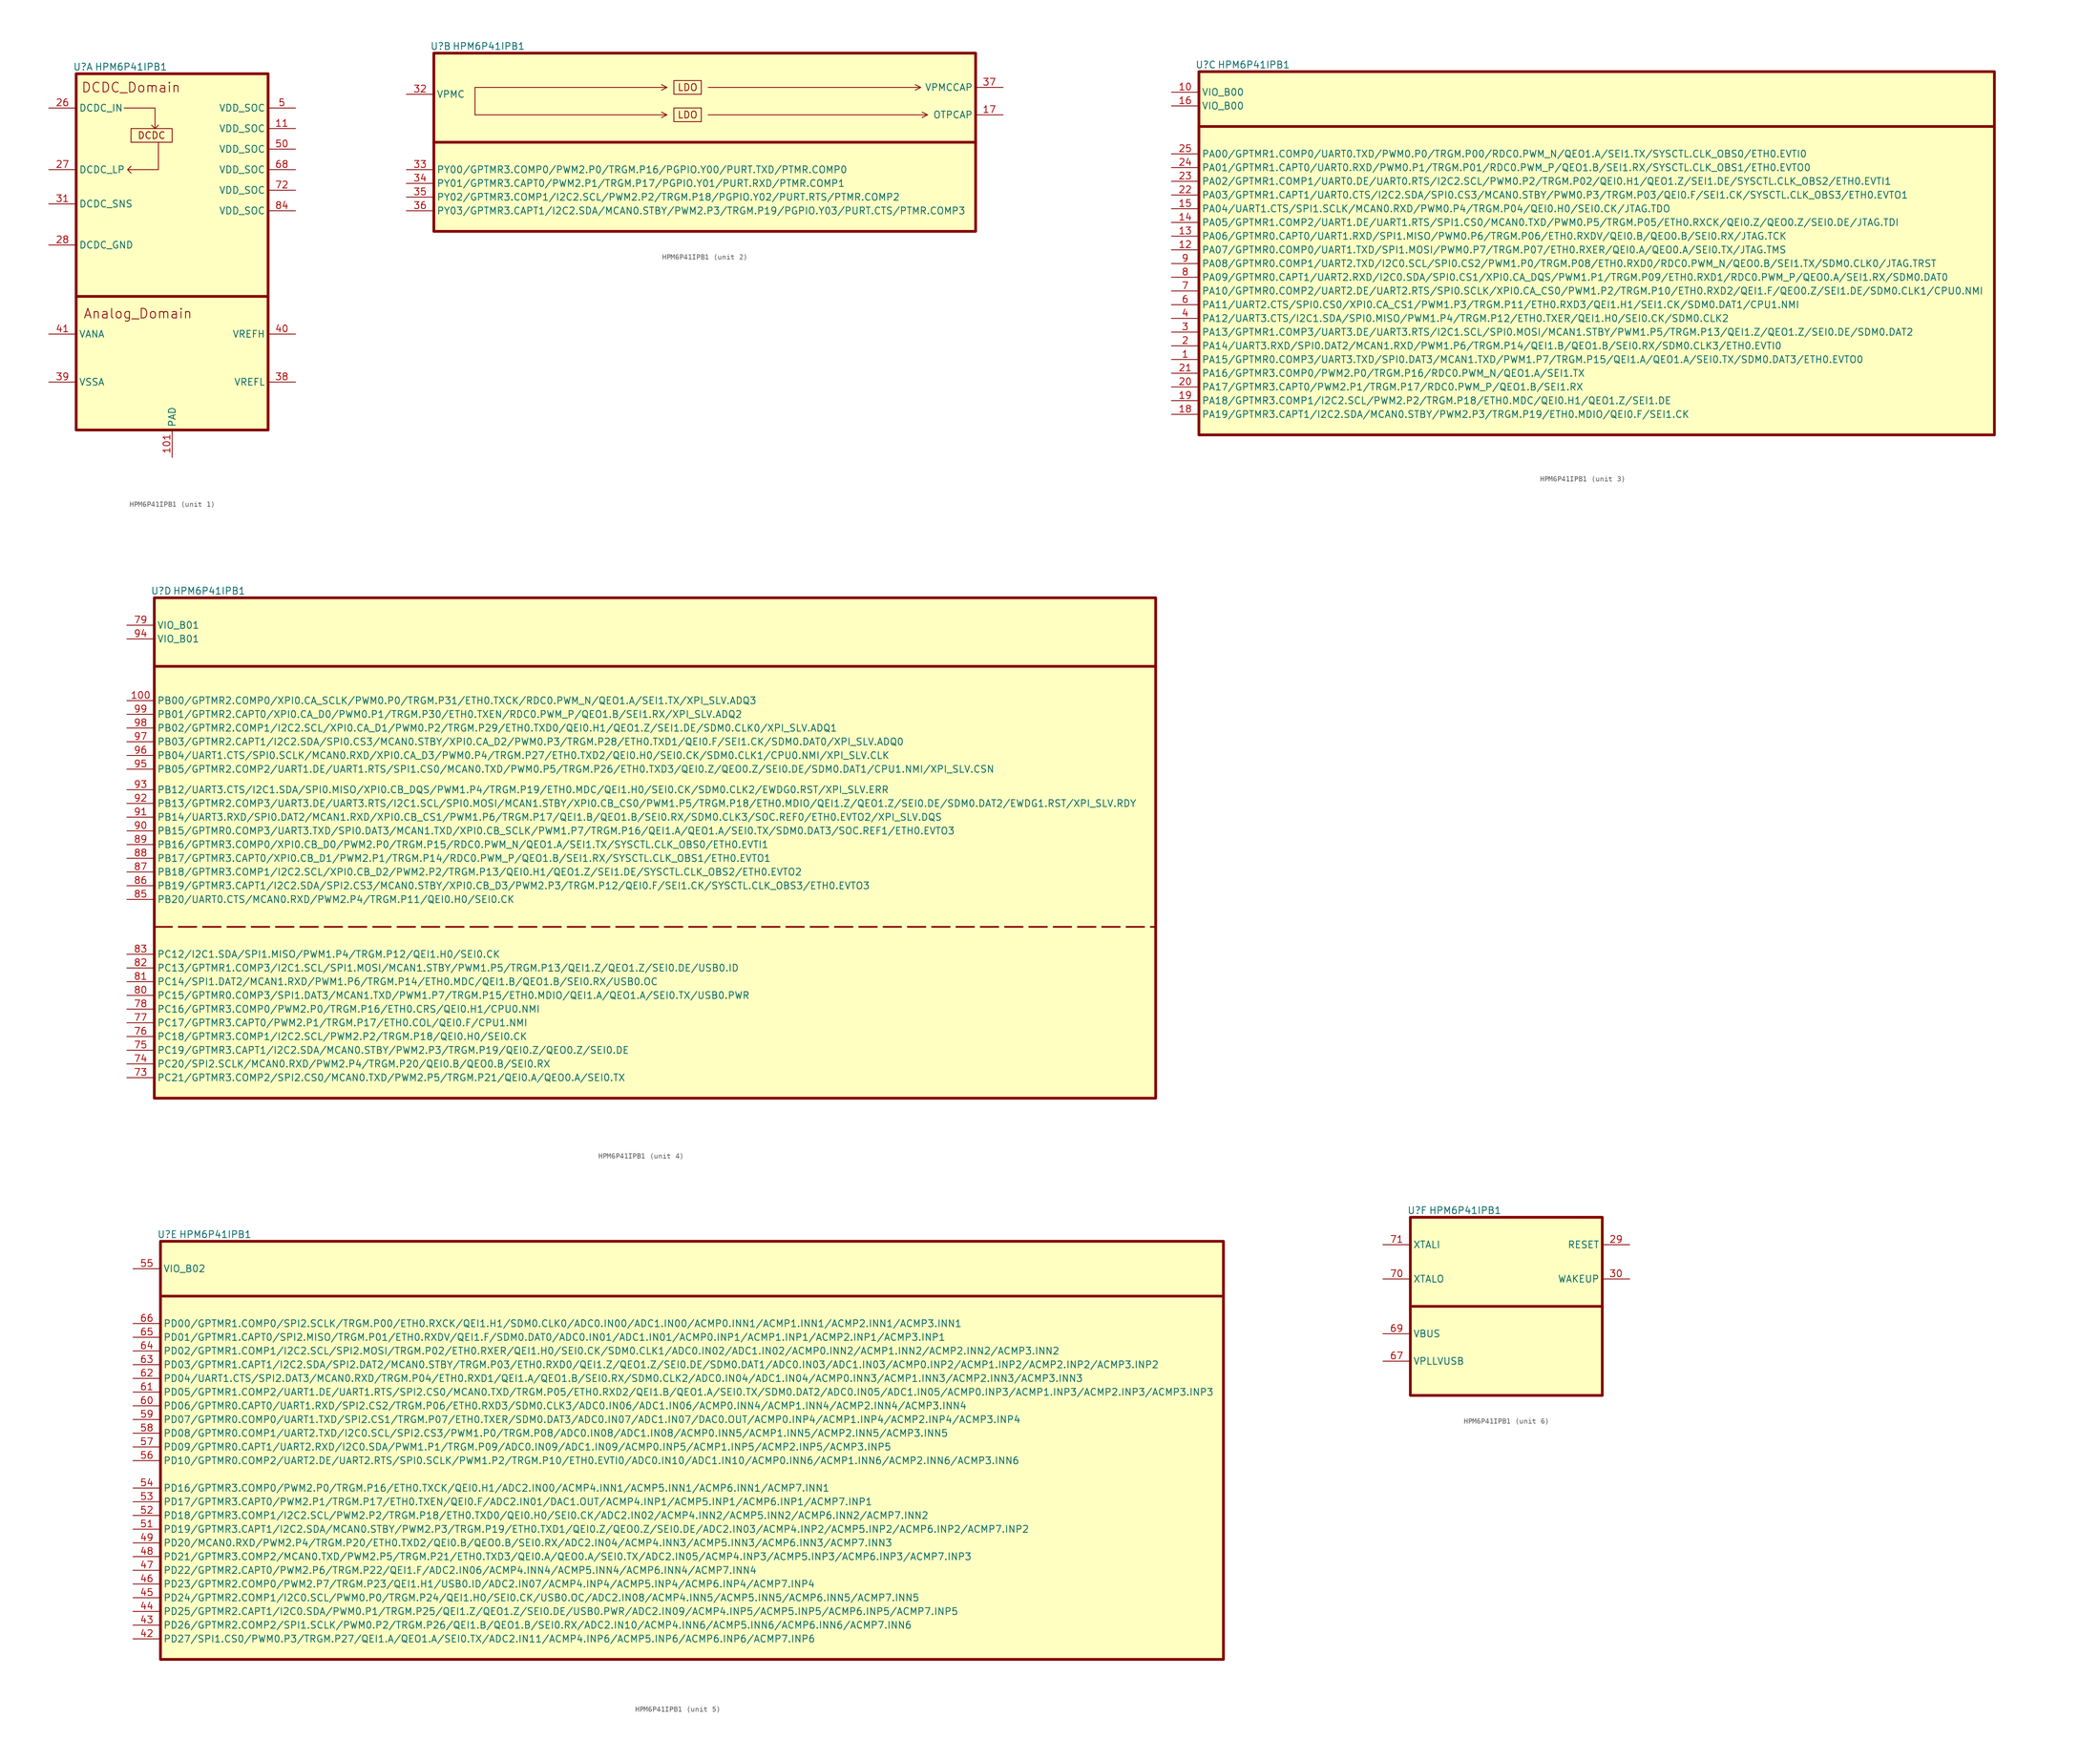
<source format=kicad_sym>
(kicad_symbol_lib
  (version 20220914)
  (generator kicad_symbol_editor)
  (symbol "HPM6P41IPB1"
    (property "Reference" "U"
      (at 1.27 1.27 0)
      (effects (font (size 1.27 1.27))))
    (property "Value" "HPM6P41IPB1"
      (at 10.16 1.27 0)
      (effects (font (size 1.27 1.27))))
    (property "ki_locked" ""
      (at 0 0 0)
      (effects (font (size 1.27 1.27))))
    (symbol "HPM6P41IPB1_1_1"
      (polyline (pts (xy 0 -41.275) (xy 35.56 -41.275)) (stroke (width 0.508) (type default)) (fill (type none)))
      (polyline (pts (xy 8.89 -6.35) (xy 14.605 -6.35) (xy 14.605 -10.16) (xy 13.97 -9.525) (xy 14.605 -10.16) (xy 15.24 -9.525)) (stroke (width 0) (type default)) (fill (type none)))
      (polyline (pts (xy 15.24 -12.7) (xy 15.24 -17.78) (xy 9.525 -17.78) (xy 10.16 -17.145) (xy 9.525 -17.78) (xy 10.16 -18.415)) (stroke (width 0) (type default)) (fill (type none)))
      (rectangle (start 0 0) (end 35.56 -66.04) (stroke (width 0.508) (type default)) (fill (type background)))
      (rectangle (start 10.16 -10.16) (end 17.78 -12.7) (stroke (width 0) (type default)) (fill (type none)))
      (text "Analog_Domain" (at 11.43 -44.45 0) (effects (font (size 1.778 1.778))))
      (text "DCDC" (at 13.97 -11.43 0) (effects (font (size 1.27 1.27))))
      (text "DCDC_Domain" (at 10.16 -2.54 0) (effects (font (size 1.778 1.778))))
      (pin power_out line (at 17.78 -71.12 90) (length 5.08) (name "PAD" (effects (font (size 1.27 1.27)))) (number "101" (effects (font (size 1.27 1.27)))))
      (pin power_out line (at 40.64 -10.16 180) (length 5.08) (name "VDD_SOC" (effects (font (size 1.27 1.27)))) (number "11" (effects (font (size 1.27 1.27)))))
      (pin power_in line (at -5.08 -6.35 0) (length 5.08) (name "DCDC_IN" (effects (font (size 1.27 1.27)))) (number "26" (effects (font (size 1.27 1.27)))))
      (pin power_in line (at -5.08 -17.78 0) (length 5.08) (name "DCDC_LP" (effects (font (size 1.27 1.27)))) (number "27" (effects (font (size 1.27 1.27)))))
      (pin power_in line (at -5.08 -31.75 0) (length 5.08) (name "DCDC_GND" (effects (font (size 1.27 1.27)))) (number "28" (effects (font (size 1.27 1.27)))))
      (pin power_in line (at -5.08 -24.13 0) (length 5.08) (name "DCDC_SNS" (effects (font (size 1.27 1.27)))) (number "31" (effects (font (size 1.27 1.27)))))
      (pin power_in line (at 40.64 -57.15 180) (length 5.08) (name "VREFL" (effects (font (size 1.27 1.27)))) (number "38" (effects (font (size 1.27 1.27)))))
      (pin power_in line (at -5.08 -57.15 0) (length 5.08) (name "VSSA" (effects (font (size 1.27 1.27)))) (number "39" (effects (font (size 1.27 1.27)))))
      (pin power_in line (at 40.64 -48.26 180) (length 5.08) (name "VREFH" (effects (font (size 1.27 1.27)))) (number "40" (effects (font (size 1.27 1.27)))))
      (pin power_in line (at -5.08 -48.26 0) (length 5.08) (name "VANA" (effects (font (size 1.27 1.27)))) (number "41" (effects (font (size 1.27 1.27)))))
      (pin power_out line (at 40.64 -6.35 180) (length 5.08) (name "VDD_SOC" (effects (font (size 1.27 1.27)))) (number "5" (effects (font (size 1.27 1.27)))))
      (pin power_out line (at 40.64 -13.97 180) (length 5.08) (name "VDD_SOC" (effects (font (size 1.27 1.27)))) (number "50" (effects (font (size 1.27 1.27)))))
      (pin power_out line (at 40.64 -17.78 180) (length 5.08) (name "VDD_SOC" (effects (font (size 1.27 1.27)))) (number "68" (effects (font (size 1.27 1.27)))))
      (pin power_out line (at 40.64 -21.59 180) (length 5.08) (name "VDD_SOC" (effects (font (size 1.27 1.27)))) (number "72" (effects (font (size 1.27 1.27)))))
      (pin power_out line (at 40.64 -25.4 180) (length 5.08) (name "VDD_SOC" (effects (font (size 1.27 1.27)))) (number "84" (effects (font (size 1.27 1.27))))))
    (symbol "HPM6P41IPB1_2_0"
      (polyline (pts (xy 7.62 -11.43) (xy 43.18 -11.43) (xy 42.164 -10.922) (xy 43.18 -11.43) (xy 42.164 -11.938)) (stroke (width 0) (type default)) (fill (type none)))
      (polyline (pts (xy 7.62 -6.35) (xy 43.18 -6.35) (xy 42.164 -5.842) (xy 43.18 -6.35) (xy 42.164 -6.858)) (stroke (width 0) (type default)) (fill (type none)))
      (polyline (pts (xy 50.8 -11.43) (xy 91.44 -11.43) (xy 90.424 -10.922) (xy 91.44 -11.43) (xy 90.424 -11.938)) (stroke (width 0) (type default)) (fill (type none)))
      (polyline (pts (xy 50.8 -6.35) (xy 90.17 -6.35) (xy 89.154 -5.842) (xy 90.17 -6.35) (xy 89.154 -6.858)) (stroke (width 0) (type default)) (fill (type none))))
    (symbol "HPM6P41IPB1_2_1"
      (polyline (pts (xy 0 -16.51) (xy 100.33 -16.51)) (stroke (width 0.508) (type default)) (fill (type none)))
      (polyline (pts (xy 7.62 -6.35) (xy 7.62 -11.43)) (stroke (width 0) (type default)) (fill (type none)))
      (rectangle (start 0 0) (end 100.33 -33.02) (stroke (width 0.508) (type default)) (fill (type background)))
      (rectangle (start 44.45 -10.16) (end 49.53 -12.7) (stroke (width 0) (type default)) (fill (type none)))
      (rectangle (start 44.45 -5.08) (end 49.53 -7.62) (stroke (width 0) (type default)) (fill (type none)))
      (text "LDO" (at 46.99 -11.43 0) (effects (font (size 1.27 1.27))))
      (text "LDO" (at 46.99 -6.35 0) (effects (font (size 1.27 1.27))))
      (pin power_out line (at 105.41 -11.43 180) (length 5.08) (name "OTPCAP" (effects (font (size 1.27 1.27)))) (number "17" (effects (font (size 1.27 1.27)))))
      (pin power_in line (at -5.08 -7.62 0) (length 5.08) (name "VPMC" (effects (font (size 1.27 1.27)))) (number "32" (effects (font (size 1.27 1.27)))))
      (pin bidirectional line (at -5.08 -21.59 0) (length 5.08) (name "PY00/GPTMR3.COMP0/PWM2.P0/TRGM.P16/PGPIO.Y00/PURT.TXD/PTMR.COMP0" (effects (font (size 1.27 1.27)))) (number "33" (effects (font (size 1.27 1.27)))))
      (pin bidirectional line (at -5.08 -24.13 0) (length 5.08) (name "PY01/GPTMR3.CAPT0/PWM2.P1/TRGM.P17/PGPIO.Y01/PURT.RXD/PTMR.COMP1" (effects (font (size 1.27 1.27)))) (number "34" (effects (font (size 1.27 1.27)))))
      (pin bidirectional line (at -5.08 -26.67 0) (length 5.08) (name "PY02/GPTMR3.COMP1/I2C2.SCL/PWM2.P2/TRGM.P18/PGPIO.Y02/PURT.RTS/PTMR.COMP2" (effects (font (size 1.27 1.27)))) (number "35" (effects (font (size 1.27 1.27)))))
      (pin bidirectional line (at -5.08 -29.21 0) (length 5.08) (name "PY03/GPTMR3.CAPT1/I2C2.SDA/MCAN0.STBY/PWM2.P3/TRGM.P19/PGPIO.Y03/PURT.CTS/PTMR.COMP3" (effects (font (size 1.27 1.27)))) (number "36" (effects (font (size 1.27 1.27)))))
      (pin power_out line (at 105.41 -6.35 180) (length 5.08) (name "VPMCCAP" (effects (font (size 1.27 1.27)))) (number "37" (effects (font (size 1.27 1.27))))))
    (symbol "HPM6P41IPB1_3_1"
      (polyline (pts (xy 0 -10.16) (xy 147.32 -10.16)) (stroke (width 0.5) (type default)) (fill (type none)))
      (rectangle (start 0 0) (end 147.32 -67.31) (stroke (width 0.508) (type default)) (fill (type background)))
      (pin bidirectional line (at -5.08 -53.34 0) (length 5.08) (name "PA15/GPTMR0.COMP3/UART3.TXD/SPI0.DAT3/MCAN1.TXD/PWM1.P7/TRGM.P15/QEI1.A/QEO1.A/SEI0.TX/SDM0.DAT3/ETH0.EVTO0" (effects (font (size 1.27 1.27)))) (number "1" (effects (font (size 1.27 1.27)))))
      (pin power_in line (at -5.08 -3.81 0) (length 5.08) (name "VIO_B00" (effects (font (size 1.27 1.27)))) (number "10" (effects (font (size 1.27 1.27)))))
      (pin bidirectional line (at -5.08 -33.02 0) (length 5.08) (name "PA07/GPTMR0.COMP0/UART1.TXD/SPI1.MOSI/PWM0.P7/TRGM.P07/ETH0.RXER/QEI0.A/QEO0.A/SEI0.TX/JTAG.TMS" (effects (font (size 1.27 1.27)))) (number "12" (effects (font (size 1.27 1.27)))))
      (pin bidirectional line (at -5.08 -30.48 0) (length 5.08) (name "PA06/GPTMR0.CAPT0/UART1.RXD/SPI1.MISO/PWM0.P6/TRGM.P06/ETH0.RXDV/QEI0.B/QEO0.B/SEI0.RX/JTAG.TCK" (effects (font (size 1.27 1.27)))) (number "13" (effects (font (size 1.27 1.27)))))
      (pin bidirectional line (at -5.08 -27.94 0) (length 5.08) (name "PA05/GPTMR1.COMP2/UART1.DE/UART1.RTS/SPI1.CS0/MCAN0.TXD/PWM0.P5/TRGM.P05/ETH0.RXCK/QEI0.Z/QEO0.Z/SEI0.DE/JTAG.TDI" (effects (font (size 1.27 1.27)))) (number "14" (effects (font (size 1.27 1.27)))))
      (pin bidirectional line (at -5.08 -25.4 0) (length 5.08) (name "PA04/UART1.CTS/SPI1.SCLK/MCAN0.RXD/PWM0.P4/TRGM.P04/QEI0.H0/SEI0.CK/JTAG.TDO" (effects (font (size 1.27 1.27)))) (number "15" (effects (font (size 1.27 1.27)))))
      (pin power_in line (at -5.08 -6.35 0) (length 5.08) (name "VIO_B00" (effects (font (size 1.27 1.27)))) (number "16" (effects (font (size 1.27 1.27)))))
      (pin bidirectional line (at -5.08 -63.5 0) (length 5.08) (name "PA19/GPTMR3.CAPT1/I2C2.SDA/MCAN0.STBY/PWM2.P3/TRGM.P19/ETH0.MDIO/QEI0.F/SEI1.CK" (effects (font (size 1.27 1.27)))) (number "18" (effects (font (size 1.27 1.27)))))
      (pin bidirectional line (at -5.08 -60.96 0) (length 5.08) (name "PA18/GPTMR3.COMP1/I2C2.SCL/PWM2.P2/TRGM.P18/ETH0.MDC/QEI0.H1/QEO1.Z/SEI1.DE" (effects (font (size 1.27 1.27)))) (number "19" (effects (font (size 1.27 1.27)))))
      (pin bidirectional line (at -5.08 -50.8 0) (length 5.08) (name "PA14/UART3.RXD/SPI0.DAT2/MCAN1.RXD/PWM1.P6/TRGM.P14/QEI1.B/QEO1.B/SEI0.RX/SDM0.CLK3/ETH0.EVTI0" (effects (font (size 1.27 1.27)))) (number "2" (effects (font (size 1.27 1.27)))))
      (pin bidirectional line (at -5.08 -58.42 0) (length 5.08) (name "PA17/GPTMR3.CAPT0/PWM2.P1/TRGM.P17/RDC0.PWM_P/QEO1.B/SEI1.RX" (effects (font (size 1.27 1.27)))) (number "20" (effects (font (size 1.27 1.27)))))
      (pin bidirectional line (at -5.08 -55.88 0) (length 5.08) (name "PA16/GPTMR3.COMP0/PWM2.P0/TRGM.P16/RDC0.PWM_N/QEO1.A/SEI1.TX" (effects (font (size 1.27 1.27)))) (number "21" (effects (font (size 1.27 1.27)))))
      (pin bidirectional line (at -5.08 -22.86 0) (length 5.08) (name "PA03/GPTMR1.CAPT1/UART0.CTS/I2C2.SDA/SPI0.CS3/MCAN0.STBY/PWM0.P3/TRGM.P03/QEI0.F/SEI1.CK/SYSCTL.CLK_OBS3/ETH0.EVTO1" (effects (font (size 1.27 1.27)))) (number "22" (effects (font (size 1.27 1.27)))))
      (pin bidirectional line (at -5.08 -20.32 0) (length 5.08) (name "PA02/GPTMR1.COMP1/UART0.DE/UART0.RTS/I2C2.SCL/PWM0.P2/TRGM.P02/QEI0.H1/QEO1.Z/SEI1.DE/SYSCTL.CLK_OBS2/ETH0.EVTI1" (effects (font (size 1.27 1.27)))) (number "23" (effects (font (size 1.27 1.27)))))
      (pin input line (at -5.08 -17.78 0) (length 5.08) (name "PA01/GPTMR1.CAPT0/UART0.RXD/PWM0.P1/TRGM.P01/RDC0.PWM_P/QEO1.B/SEI1.RX/SYSCTL.CLK_OBS1/ETH0.EVTO0" (effects (font (size 1.27 1.27)))) (number "24" (effects (font (size 1.27 1.27)))))
      (pin bidirectional line (at -5.08 -15.24 0) (length 5.08) (name "PA00/GPTMR1.COMP0/UART0.TXD/PWM0.P0/TRGM.P00/RDC0.PWM_N/QEO1.A/SEI1.TX/SYSCTL.CLK_OBS0/ETH0.EVTI0" (effects (font (size 1.27 1.27)))) (number "25" (effects (font (size 1.27 1.27)))))
      (pin bidirectional line (at -5.08 -48.26 0) (length 5.08) (name "PA13/GPTMR1.COMP3/UART3.DE/UART3.RTS/I2C1.SCL/SPI0.MOSI/MCAN1.STBY/PWM1.P5/TRGM.P13/QEI1.Z/QEO1.Z/SEI0.DE/SDM0.DAT2" (effects (font (size 1.27 1.27)))) (number "3" (effects (font (size 1.27 1.27)))))
      (pin bidirectional line (at -5.08 -45.72 0) (length 5.08) (name "PA12/UART3.CTS/I2C1.SDA/SPI0.MISO/PWM1.P4/TRGM.P12/ETH0.TXER/QEI1.H0/SEI0.CK/SDM0.CLK2" (effects (font (size 1.27 1.27)))) (number "4" (effects (font (size 1.27 1.27)))))
      (pin bidirectional line (at -5.08 -43.18 0) (length 5.08) (name "PA11/UART2.CTS/SPI0.CS0/XPI0.CA_CS1/PWM1.P3/TRGM.P11/ETH0.RXD3/QEI1.H1/SEI1.CK/SDM0.DAT1/CPU1.NMI" (effects (font (size 1.27 1.27)))) (number "6" (effects (font (size 1.27 1.27)))))
      (pin bidirectional line (at -5.08 -40.64 0) (length 5.08) (name "PA10/GPTMR0.COMP2/UART2.DE/UART2.RTS/SPI0.SCLK/XPI0.CA_CS0/PWM1.P2/TRGM.P10/ETH0.RXD2/QEI1.F/QEO0.Z/SEI1.DE/SDM0.CLK1/CPU0.NMI" (effects (font (size 1.27 1.27)))) (number "7" (effects (font (size 1.27 1.27)))))
      (pin bidirectional line (at -5.08 -38.1 0) (length 5.08) (name "PA09/GPTMR0.CAPT1/UART2.RXD/I2C0.SDA/SPI0.CS1/XPI0.CA_DQS/PWM1.P1/TRGM.P09/ETH0.RXD1/RDC0.PWM_P/QEO0.A/SEI1.RX/SDM0.DAT0" (effects (font (size 1.27 1.27)))) (number "8" (effects (font (size 1.27 1.27)))))
      (pin bidirectional line (at -5.08 -35.56 0) (length 5.08) (name "PA08/GPTMR0.COMP1/UART2.TXD/I2C0.SCL/SPI0.CS2/PWM1.P0/TRGM.P08/ETH0.RXD0/RDC0.PWM_N/QEO0.B/SEI1.TX/SDM0.CLK0/JTAG.TRST" (effects (font (size 1.27 1.27)))) (number "9" (effects (font (size 1.27 1.27))))))
    (symbol "HPM6P41IPB1_4_1"
      (polyline (pts (xy 0 -60.96) (xy 185.42 -60.96)) (stroke (width 0.3) (type dash)) (fill (type none)))
      (polyline (pts (xy 0 -12.7) (xy 185.42 -12.7)) (stroke (width 0.5) (type default)) (fill (type none)))
      (rectangle (start 0 0) (end 185.42 -92.71) (stroke (width 0.508) (type default)) (fill (type background)))
      (pin bidirectional line (at -5.08 -19.05 0) (length 5.08) (name "PB00/GPTMR2.COMP0/XPI0.CA_SCLK/PWM0.P0/TRGM.P31/ETH0.TXCK/RDC0.PWM_N/QEO1.A/SEI1.TX/XPI_SLV.ADQ3" (effects (font (size 1.27 1.27)))) (number "100" (effects (font (size 1.27 1.27)))))
      (pin bidirectional line (at -5.08 -88.9 0) (length 5.08) (name "PC21/GPTMR3.COMP2/SPI2.CS0/MCAN0.TXD/PWM2.P5/TRGM.P21/QEI0.A/QEO0.A/SEI0.TX" (effects (font (size 1.27 1.27)))) (number "73" (effects (font (size 1.27 1.27)))))
      (pin bidirectional line (at -5.08 -86.36 0) (length 5.08) (name "PC20/SPI2.SCLK/MCAN0.RXD/PWM2.P4/TRGM.P20/QEI0.B/QEO0.B/SEI0.RX" (effects (font (size 1.27 1.27)))) (number "74" (effects (font (size 1.27 1.27)))))
      (pin bidirectional line (at -5.08 -83.82 0) (length 5.08) (name "PC19/GPTMR3.CAPT1/I2C2.SDA/MCAN0.STBY/PWM2.P3/TRGM.P19/QEI0.Z/QEO0.Z/SEI0.DE" (effects (font (size 1.27 1.27)))) (number "75" (effects (font (size 1.27 1.27)))))
      (pin bidirectional line (at -5.08 -81.28 0) (length 5.08) (name "PC18/GPTMR3.COMP1/I2C2.SCL/PWM2.P2/TRGM.P18/QEI0.H0/SEI0.CK" (effects (font (size 1.27 1.27)))) (number "76" (effects (font (size 1.27 1.27)))))
      (pin bidirectional line (at -5.08 -78.74 0) (length 5.08) (name "PC17/GPTMR3.CAPT0/PWM2.P1/TRGM.P17/ETH0.COL/QEI0.F/CPU1.NMI" (effects (font (size 1.27 1.27)))) (number "77" (effects (font (size 1.27 1.27)))))
      (pin bidirectional line (at -5.08 -76.2 0) (length 5.08) (name "PC16/GPTMR3.COMP0/PWM2.P0/TRGM.P16/ETH0.CRS/QEI0.H1/CPU0.NMI" (effects (font (size 1.27 1.27)))) (number "78" (effects (font (size 1.27 1.27)))))
      (pin power_in line (at -5.08 -5.08 0) (length 5.08) (name "VIO_B01" (effects (font (size 1.27 1.27)))) (number "79" (effects (font (size 1.27 1.27)))))
      (pin bidirectional line (at -5.08 -73.66 0) (length 5.08) (name "PC15/GPTMR0.COMP3/SPI1.DAT3/MCAN1.TXD/PWM1.P7/TRGM.P15/ETH0.MDIO/QEI1.A/QEO1.A/SEI0.TX/USB0.PWR" (effects (font (size 1.27 1.27)))) (number "80" (effects (font (size 1.27 1.27)))))
      (pin bidirectional line (at -5.08 -71.12 0) (length 5.08) (name "PC14/SPI1.DAT2/MCAN1.RXD/PWM1.P6/TRGM.P14/ETH0.MDC/QEI1.B/QEO1.B/SEI0.RX/USB0.OC" (effects (font (size 1.27 1.27)))) (number "81" (effects (font (size 1.27 1.27)))))
      (pin bidirectional line (at -5.08 -68.58 0) (length 5.08) (name "PC13/GPTMR1.COMP3/I2C1.SCL/SPI1.MOSI/MCAN1.STBY/PWM1.P5/TRGM.P13/QEI1.Z/QEO1.Z/SEI0.DE/USB0.ID" (effects (font (size 1.27 1.27)))) (number "82" (effects (font (size 1.27 1.27)))))
      (pin bidirectional line (at -5.08 -66.04 0) (length 5.08) (name "PC12/I2C1.SDA/SPI1.MISO/PWM1.P4/TRGM.P12/QEI1.H0/SEI0.CK" (effects (font (size 1.27 1.27)))) (number "83" (effects (font (size 1.27 1.27)))))
      (pin bidirectional line (at -5.08 -55.88 0) (length 5.08) (name "PB20/UART0.CTS/MCAN0.RXD/PWM2.P4/TRGM.P11/QEI0.H0/SEI0.CK" (effects (font (size 1.27 1.27)))) (number "85" (effects (font (size 1.27 1.27)))))
      (pin bidirectional line (at -5.08 -53.34 0) (length 5.08) (name "PB19/GPTMR3.CAPT1/I2C2.SDA/SPI2.CS3/MCAN0.STBY/XPI0.CB_D3/PWM2.P3/TRGM.P12/QEI0.F/SEI1.CK/SYSCTL.CLK_OBS3/ETH0.EVTO3" (effects (font (size 1.27 1.27)))) (number "86" (effects (font (size 1.27 1.27)))))
      (pin bidirectional line (at -5.08 -50.8 0) (length 5.08) (name "PB18/GPTMR3.COMP1/I2C2.SCL/XPI0.CB_D2/PWM2.P2/TRGM.P13/QEI0.H1/QEO1.Z/SEI1.DE/SYSCTL.CLK_OBS2/ETH0.EVTO2" (effects (font (size 1.27 1.27)))) (number "87" (effects (font (size 1.27 1.27)))))
      (pin bidirectional line (at -5.08 -48.26 0) (length 5.08) (name "PB17/GPTMR3.CAPT0/XPI0.CB_D1/PWM2.P1/TRGM.P14/RDC0.PWM_P/QEO1.B/SEI1.RX/SYSCTL.CLK_OBS1/ETH0.EVTO1" (effects (font (size 1.27 1.27)))) (number "88" (effects (font (size 1.27 1.27)))))
      (pin bidirectional line (at -5.08 -45.72 0) (length 5.08) (name "PB16/GPTMR3.COMP0/XPI0.CB_D0/PWM2.P0/TRGM.P15/RDC0.PWM_N/QEO1.A/SEI1.TX/SYSCTL.CLK_OBS0/ETH0.EVTI1" (effects (font (size 1.27 1.27)))) (number "89" (effects (font (size 1.27 1.27)))))
      (pin bidirectional line (at -5.08 -43.18 0) (length 5.08) (name "PB15/GPTMR0.COMP3/UART3.TXD/SPI0.DAT3/MCAN1.TXD/XPI0.CB_SCLK/PWM1.P7/TRGM.P16/QEI1.A/QEO1.A/SEI0.TX/SDM0.DAT3/SOC.REF1/ETH0.EVTO3" (effects (font (size 1.27 1.27)))) (number "90" (effects (font (size 1.27 1.27)))))
      (pin bidirectional line (at -5.08 -40.64 0) (length 5.08) (name "PB14/UART3.RXD/SPI0.DAT2/MCAN1.RXD/XPI0.CB_CS1/PWM1.P6/TRGM.P17/QEI1.B/QEO1.B/SEI0.RX/SDM0.CLK3/SOC.REF0/ETH0.EVTO2/XPI_SLV.DQS" (effects (font (size 1.27 1.27)))) (number "91" (effects (font (size 1.27 1.27)))))
      (pin bidirectional line (at -5.08 -38.1 0) (length 5.08) (name "PB13/GPTMR2.COMP3/UART3.DE/UART3.RTS/I2C1.SCL/SPI0.MOSI/MCAN1.STBY/XPI0.CB_CS0/PWM1.P5/TRGM.P18/ETH0.MDIO/QEI1.Z/QEO1.Z/SEI0.DE/SDM0.DAT2/EWDG1.RST/XPI_SLV.RDY" (effects (font (size 1.27 1.27)))) (number "92" (effects (font (size 1.27 1.27)))))
      (pin bidirectional line (at -5.08 -35.56 0) (length 5.08) (name "PB12/UART3.CTS/I2C1.SDA/SPI0.MISO/XPI0.CB_DQS/PWM1.P4/TRGM.P19/ETH0.MDC/QEI1.H0/SEI0.CK/SDM0.CLK2/EWDG0.RST/XPI_SLV.ERR" (effects (font (size 1.27 1.27)))) (number "93" (effects (font (size 1.27 1.27)))))
      (pin power_in line (at -5.08 -7.62 0) (length 5.08) (name "VIO_B01" (effects (font (size 1.27 1.27)))) (number "94" (effects (font (size 1.27 1.27)))))
      (pin bidirectional line (at -5.08 -31.75 0) (length 5.08) (name "PB05/GPTMR2.COMP2/UART1.DE/UART1.RTS/SPI1.CS0/MCAN0.TXD/PWM0.P5/TRGM.P26/ETH0.TXD3/QEI0.Z/QEO0.Z/SEI0.DE/SDM0.DAT1/CPU1.NMI/XPI_SLV.CSN" (effects (font (size 1.27 1.27)))) (number "95" (effects (font (size 1.27 1.27)))))
      (pin bidirectional line (at -5.08 -29.21 0) (length 5.08) (name "PB04/UART1.CTS/SPI0.SCLK/MCAN0.RXD/XPI0.CA_D3/PWM0.P4/TRGM.P27/ETH0.TXD2/QEI0.H0/SEI0.CK/SDM0.CLK1/CPU0.NMI/XPI_SLV.CLK" (effects (font (size 1.27 1.27)))) (number "96" (effects (font (size 1.27 1.27)))))
      (pin bidirectional line (at -5.08 -26.67 0) (length 5.08) (name "PB03/GPTMR2.CAPT1/I2C2.SDA/SPI0.CS3/MCAN0.STBY/XPI0.CA_D2/PWM0.P3/TRGM.P28/ETH0.TXD1/QEI0.F/SEI1.CK/SDM0.DAT0/XPI_SLV.ADQ0" (effects (font (size 1.27 1.27)))) (number "97" (effects (font (size 1.27 1.27)))))
      (pin bidirectional line (at -5.08 -24.13 0) (length 5.08) (name "PB02/GPTMR2.COMP1/I2C2.SCL/XPI0.CA_D1/PWM0.P2/TRGM.P29/ETH0.TXD0/QEI0.H1/QEO1.Z/SEI1.DE/SDM0.CLK0/XPI_SLV.ADQ1" (effects (font (size 1.27 1.27)))) (number "98" (effects (font (size 1.27 1.27)))))
      (pin bidirectional line (at -5.08 -21.59 0) (length 5.08) (name "PB01/GPTMR2.CAPT0/XPI0.CA_D0/PWM0.P1/TRGM.P30/ETH0.TXEN/RDC0.PWM_P/QEO1.B/SEI1.RX/XPI_SLV.ADQ2" (effects (font (size 1.27 1.27)))) (number "99" (effects (font (size 1.27 1.27))))))
    (symbol "HPM6P41IPB1_5_1"
      (polyline (pts (xy 0 -10.16) (xy 196.85 -10.16)) (stroke (width 0.5) (type default)) (fill (type none)))
      (rectangle (start 0 0) (end 196.85 -77.47) (stroke (width 0.508) (type default)) (fill (type background)))
      (pin bidirectional line (at -5.08 -73.66 0) (length 5.08) (name "PD27/SPI1.CS0/PWM0.P3/TRGM.P27/QEI1.A/QEO1.A/SEI0.TX/ADC2.IN11/ACMP4.INP6/ACMP5.INP6/ACMP6.INP6/ACMP7.INP6" (effects (font (size 1.27 1.27)))) (number "42" (effects (font (size 1.27 1.27)))))
      (pin bidirectional line (at -5.08 -71.12 0) (length 5.08) (name "PD26/GPTMR2.COMP2/SPI1.SCLK/PWM0.P2/TRGM.P26/QEI1.B/QEO1.B/SEI0.RX/ADC2.IN10/ACMP4.INN6/ACMP5.INN6/ACMP6.INN6/ACMP7.INN6" (effects (font (size 1.27 1.27)))) (number "43" (effects (font (size 1.27 1.27)))))
      (pin bidirectional line (at -5.08 -68.58 0) (length 5.08) (name "PD25/GPTMR2.CAPT1/I2C0.SDA/PWM0.P1/TRGM.P25/QEI1.Z/QEO1.Z/SEI0.DE/USB0.PWR/ADC2.IN09/ACMP4.INP5/ACMP5.INP5/ACMP6.INP5/ACMP7.INP5" (effects (font (size 1.27 1.27)))) (number "44" (effects (font (size 1.27 1.27)))))
      (pin bidirectional line (at -5.08 -66.04 0) (length 5.08) (name "PD24/GPTMR2.COMP1/I2C0.SCL/PWM0.P0/TRGM.P24/QEI1.H0/SEI0.CK/USB0.OC/ADC2.IN08/ACMP4.INN5/ACMP5.INN5/ACMP6.INN5/ACMP7.INN5" (effects (font (size 1.27 1.27)))) (number "45" (effects (font (size 1.27 1.27)))))
      (pin bidirectional line (at -5.08 -63.5 0) (length 5.08) (name "PD23/GPTMR2.COMP0/PWM2.P7/TRGM.P23/QEI1.H1/USB0.ID/ADC2.IN07/ACMP4.INP4/ACMP5.INP4/ACMP6.INP4/ACMP7.INP4" (effects (font (size 1.27 1.27)))) (number "46" (effects (font (size 1.27 1.27)))))
      (pin bidirectional line (at -5.08 -60.96 0) (length 5.08) (name "PD22/GPTMR2.CAPT0/PWM2.P6/TRGM.P22/QEI1.F/ADC2.IN06/ACMP4.INN4/ACMP5.INN4/ACMP6.INN4/ACMP7.INN4" (effects (font (size 1.27 1.27)))) (number "47" (effects (font (size 1.27 1.27)))))
      (pin bidirectional line (at -5.08 -58.42 0) (length 5.08) (name "PD21/GPTMR3.COMP2/MCAN0.TXD/PWM2.P5/TRGM.P21/ETH0.TXD3/QEI0.A/QEO0.A/SEI0.TX/ADC2.IN05/ACMP4.INP3/ACMP5.INP3/ACMP6.INP3/ACMP7.INP3" (effects (font (size 1.27 1.27)))) (number "48" (effects (font (size 1.27 1.27)))))
      (pin bidirectional line (at -5.08 -55.88 0) (length 5.08) (name "PD20/MCAN0.RXD/PWM2.P4/TRGM.P20/ETH0.TXD2/QEI0.B/QEO0.B/SEI0.RX/ADC2.IN04/ACMP4.INN3/ACMP5.INN3/ACMP6.INN3/ACMP7.INN3" (effects (font (size 1.27 1.27)))) (number "49" (effects (font (size 1.27 1.27)))))
      (pin bidirectional line (at -5.08 -53.34 0) (length 5.08) (name "PD19/GPTMR3.CAPT1/I2C2.SDA/MCAN0.STBY/PWM2.P3/TRGM.P19/ETH0.TXD1/QEI0.Z/QEO0.Z/SEI0.DE/ADC2.IN03/ACMP4.INP2/ACMP5.INP2/ACMP6.INP2/ACMP7.INP2" (effects (font (size 1.27 1.27)))) (number "51" (effects (font (size 1.27 1.27)))))
      (pin bidirectional line (at -5.08 -50.8 0) (length 5.08) (name "PD18/GPTMR3.COMP1/I2C2.SCL/PWM2.P2/TRGM.P18/ETH0.TXD0/QEI0.H0/SEI0.CK/ADC2.IN02/ACMP4.INN2/ACMP5.INN2/ACMP6.INN2/ACMP7.INN2" (effects (font (size 1.27 1.27)))) (number "52" (effects (font (size 1.27 1.27)))))
      (pin bidirectional line (at -5.08 -48.26 0) (length 5.08) (name "PD17/GPTMR3.CAPT0/PWM2.P1/TRGM.P17/ETH0.TXEN/QEI0.F/ADC2.IN01/DAC1.OUT/ACMP4.INP1/ACMP5.INP1/ACMP6.INP1/ACMP7.INP1" (effects (font (size 1.27 1.27)))) (number "53" (effects (font (size 1.27 1.27)))))
      (pin bidirectional line (at -5.08 -45.72 0) (length 5.08) (name "PD16/GPTMR3.COMP0/PWM2.P0/TRGM.P16/ETH0.TXCK/QEI0.H1/ADC2.IN00/ACMP4.INN1/ACMP5.INN1/ACMP6.INN1/ACMP7.INN1" (effects (font (size 1.27 1.27)))) (number "54" (effects (font (size 1.27 1.27)))))
      (pin power_in line (at -5.08 -5.08 0) (length 5.08) (name "VIO_B02" (effects (font (size 1.27 1.27)))) (number "55" (effects (font (size 1.27 1.27)))))
      (pin bidirectional line (at -5.08 -40.64 0) (length 5.08) (name "PD10/GPTMR0.COMP2/UART2.DE/UART2.RTS/SPI0.SCLK/PWM1.P2/TRGM.P10/ETH0.EVTI0/ADC0.IN10/ADC1.IN10/ACMP0.INN6/ACMP1.INN6/ACMP2.INN6/ACMP3.INN6" (effects (font (size 1.27 1.27)))) (number "56" (effects (font (size 1.27 1.27)))))
      (pin bidirectional line (at -5.08 -38.1 0) (length 5.08) (name "PD09/GPTMR0.CAPT1/UART2.RXD/I2C0.SDA/PWM1.P1/TRGM.P09/ADC0.IN09/ADC1.IN09/ACMP0.INP5/ACMP1.INP5/ACMP2.INP5/ACMP3.INP5" (effects (font (size 1.27 1.27)))) (number "57" (effects (font (size 1.27 1.27)))))
      (pin bidirectional line (at -5.08 -35.56 0) (length 5.08) (name "PD08/GPTMR0.COMP1/UART2.TXD/I2C0.SCL/SPI2.CS3/PWM1.P0/TRGM.P08/ADC0.IN08/ADC1.IN08/ACMP0.INN5/ACMP1.INN5/ACMP2.INN5/ACMP3.INN5" (effects (font (size 1.27 1.27)))) (number "58" (effects (font (size 1.27 1.27)))))
      (pin bidirectional line (at -5.08 -33.02 0) (length 5.08) (name "PD07/GPTMR0.COMP0/UART1.TXD/SPI2.CS1/TRGM.P07/ETH0.TXER/SDM0.DAT3/ADC0.IN07/ADC1.IN07/DAC0.OUT/ACMP0.INP4/ACMP1.INP4/ACMP2.INP4/ACMP3.INP4" (effects (font (size 1.27 1.27)))) (number "59" (effects (font (size 1.27 1.27)))))
      (pin bidirectional line (at -5.08 -30.48 0) (length 5.08) (name "PD06/GPTMR0.CAPT0/UART1.RXD/SPI2.CS2/TRGM.P06/ETH0.RXD3/SDM0.CLK3/ADC0.IN06/ADC1.IN06/ACMP0.INN4/ACMP1.INN4/ACMP2.INN4/ACMP3.INN4" (effects (font (size 1.27 1.27)))) (number "60" (effects (font (size 1.27 1.27)))))
      (pin bidirectional line (at -5.08 -27.94 0) (length 5.08) (name "PD05/GPTMR1.COMP2/UART1.DE/UART1.RTS/SPI2.CS0/MCAN0.TXD/TRGM.P05/ETH0.RXD2/QEI1.B/QEO1.A/SEI0.TX/SDM0.DAT2/ADC0.IN05/ADC1.IN05/ACMP0.INP3/ACMP1.INP3/ACMP2.INP3/ACMP3.INP3" (effects (font (size 1.27 1.27)))) (number "61" (effects (font (size 1.27 1.27)))))
      (pin bidirectional line (at -5.08 -25.4 0) (length 5.08) (name "PD04/UART1.CTS/SPI2.DAT3/MCAN0.RXD/TRGM.P04/ETH0.RXD1/QEI1.A/QEO1.B/SEI0.RX/SDM0.CLK2/ADC0.IN04/ADC1.IN04/ACMP0.INN3/ACMP1.INN3/ACMP2.INN3/ACMP3.INN3" (effects (font (size 1.27 1.27)))) (number "62" (effects (font (size 1.27 1.27)))))
      (pin bidirectional line (at -5.08 -22.86 0) (length 5.08) (name "PD03/GPTMR1.CAPT1/I2C2.SDA/SPI2.DAT2/MCAN0.STBY/TRGM.P03/ETH0.RXD0/QEI1.Z/QEO1.Z/SEI0.DE/SDM0.DAT1/ADC0.IN03/ADC1.IN03/ACMP0.INP2/ACMP1.INP2/ACMP2.INP2/ACMP3.INP2" (effects (font (size 1.27 1.27)))) (number "63" (effects (font (size 1.27 1.27)))))
      (pin bidirectional line (at -5.08 -20.32 0) (length 5.08) (name "PD02/GPTMR1.COMP1/I2C2.SCL/SPI2.MOSI/TRGM.P02/ETH0.RXER/QEI1.H0/SEI0.CK/SDM0.CLK1/ADC0.IN02/ADC1.IN02/ACMP0.INN2/ACMP1.INN2/ACMP2.INN2/ACMP3.INN2" (effects (font (size 1.27 1.27)))) (number "64" (effects (font (size 1.27 1.27)))))
      (pin bidirectional line (at -5.08 -17.78 0) (length 5.08) (name "PD01/GPTMR1.CAPT0/SPI2.MISO/TRGM.P01/ETH0.RXDV/QEI1.F/SDM0.DAT0/ADC0.IN01/ADC1.IN01/ACMP0.INP1/ACMP1.INP1/ACMP2.INP1/ACMP3.INP1" (effects (font (size 1.27 1.27)))) (number "65" (effects (font (size 1.27 1.27)))))
      (pin bidirectional line (at -5.08 -15.24 0) (length 5.08) (name "PD00/GPTMR1.COMP0/SPI2.SCLK/TRGM.P00/ETH0.RXCK/QEI1.H1/SDM0.CLK0/ADC0.IN00/ADC1.IN00/ACMP0.INN1/ACMP1.INN1/ACMP2.INN1/ACMP3.INN1" (effects (font (size 1.27 1.27)))) (number "66" (effects (font (size 1.27 1.27))))))
    (symbol "HPM6P41IPB1_6_1"
      (polyline (pts (xy 0 -16.51) (xy 35.56 -16.51)) (stroke (width 0.5) (type default)) (fill (type none)))
      (rectangle (start 0 0) (end 35.56 -33.02) (stroke (width 0.508) (type default)) (fill (type background)))
      (pin input line (at 40.64 -5.08 180) (length 5.08) (name "RESET" (effects (font (size 1.27 1.27)))) (number "29" (effects (font (size 1.27 1.27)))))
      (pin input line (at 40.64 -11.43 180) (length 5.08) (name "WAKEUP" (effects (font (size 1.27 1.27)))) (number "30" (effects (font (size 1.27 1.27)))))
      (pin power_in line (at -5.08 -26.67 0) (length 5.08) (name "VPLLVUSB" (effects (font (size 1.27 1.27)))) (number "67" (effects (font (size 1.27 1.27)))))
      (pin power_in line (at -5.08 -21.59 0) (length 5.08) (name "VBUS" (effects (font (size 1.27 1.27)))) (number "69" (effects (font (size 1.27 1.27)))))
      (pin output line (at -5.08 -11.43 0) (length 5.08) (name "XTALO" (effects (font (size 1.27 1.27)))) (number "70" (effects (font (size 1.27 1.27)))))
      (pin input line (at -5.08 -5.08 0) (length 5.08) (name "XTALI" (effects (font (size 1.27 1.27)))) (number "71" (effects (font (size 1.27 1.27))))))))
</source>
